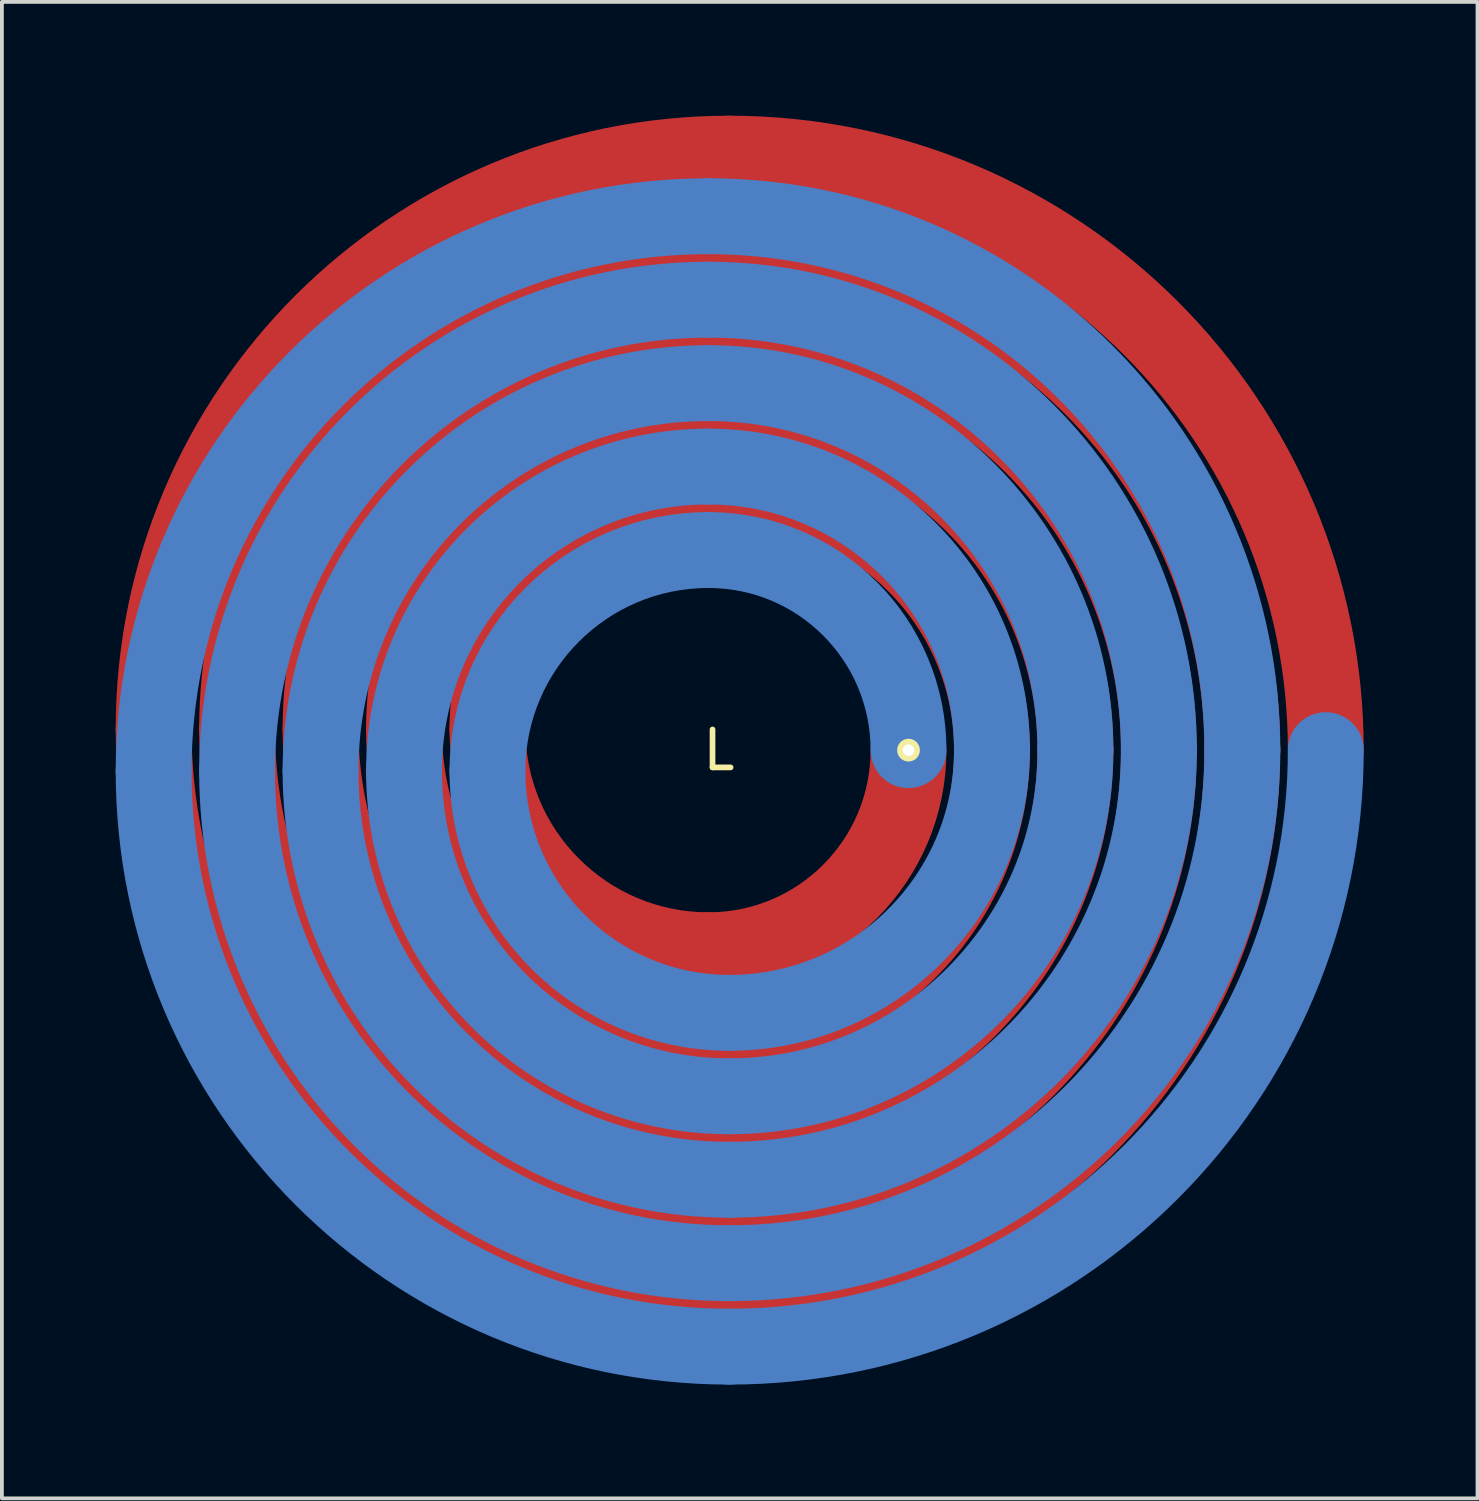
<source format=kicad_pcb>
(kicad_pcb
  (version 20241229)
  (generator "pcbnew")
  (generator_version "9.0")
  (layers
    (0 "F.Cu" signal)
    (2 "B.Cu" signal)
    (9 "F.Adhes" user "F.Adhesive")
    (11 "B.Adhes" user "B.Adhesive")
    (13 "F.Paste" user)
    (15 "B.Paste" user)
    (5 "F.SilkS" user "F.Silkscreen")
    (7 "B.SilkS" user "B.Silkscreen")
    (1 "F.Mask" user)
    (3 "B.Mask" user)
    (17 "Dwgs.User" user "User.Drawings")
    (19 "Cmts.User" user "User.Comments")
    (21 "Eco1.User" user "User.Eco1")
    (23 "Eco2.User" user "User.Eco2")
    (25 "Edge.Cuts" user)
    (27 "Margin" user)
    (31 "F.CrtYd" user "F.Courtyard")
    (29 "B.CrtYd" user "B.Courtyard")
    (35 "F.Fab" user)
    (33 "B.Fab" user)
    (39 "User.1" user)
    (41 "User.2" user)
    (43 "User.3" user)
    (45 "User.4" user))
  (footprint "L"
    (layer "F.Cu")
    (at 15.9 16.725)
    (property "Reference" "L" (at 0 0 0) (layer "F.SilkS") (effects (font (size 1 1) (thickness 0.15))))
    (attr smd)
    (fp_arc (start -14.9 -0.55) (mid -10.455345 -11.280345) (end 0.275 -15.725) (stroke (width 2) (type solid)) (layer "F.Cu"))
    (fp_arc (start -12.7 -0.55) (mid -8.89971 -9.72471) (end 0.275 -13.525) (stroke (width 2) (type solid)) (layer "F.Cu"))
    (fp_arc (start -10.5 -0.55) (mid -7.344076 -8.169076) (end 0.275 -11.325) (stroke (width 2) (type solid)) (layer "F.Cu"))
    (fp_arc (start -8.3 -0.55) (mid -5.788441 -6.613441) (end 0.275 -9.125) (stroke (width 2) (type solid)) (layer "F.Cu"))
    (fp_arc (start -6.1 -0.55) (mid -4.232806 -5.057806) (end 0.275 -6.925) (stroke (width 2) (type solid)) (layer "F.Cu"))
    (fp_arc (start -0.275 5.275) (mid -4.393897 3.568897) (end -6.1 -0.55) (stroke (width 2) (type solid)) (layer "F.Cu"))
    (fp_arc (start -0.275 7.475) (mid -5.949532 5.124532) (end -8.3 -0.55) (stroke (width 2) (type solid)) (layer "F.Cu"))
    (fp_arc (start -0.275 9.675) (mid -7.505167 6.680167) (end -10.5 -0.55) (stroke (width 2) (type solid)) (layer "F.Cu"))
    (fp_arc (start -0.275 11.875) (mid -9.060802 8.235802) (end -12.7 -0.55) (stroke (width 2) (type solid)) (layer "F.Cu"))
    (fp_arc (start -0.275 14.075) (mid -10.616437 9.791437) (end -14.9 -0.55) (stroke (width 2) (type solid)) (layer "F.Cu"))
    (fp_arc (start 0.275 -15.725) (mid 11.394254 -11.119254) (end 16 0) (stroke (width 2) (type solid)) (layer "F.Cu"))
    (fp_arc (start 0.275 -13.525) (mid 9.838619 -9.563619) (end 13.8 0) (stroke (width 2) (type solid)) (layer "F.Cu"))
    (fp_arc (start 0.275 -11.325) (mid 8.282984 -8.007984) (end 11.6 0) (stroke (width 2) (type solid)) (layer "F.Cu"))
    (fp_arc (start 0.275 -9.125) (mid 6.727349 -6.452349) (end 9.4 0) (stroke (width 2) (type solid)) (layer "F.Cu"))
    (fp_arc (start 0.275 -6.925) (mid 5.171714 -4.896714) (end 7.2 0) (stroke (width 2) (type solid)) (layer "F.Cu"))
    (fp_arc (start 5 0) (mid 3.454988 3.729988) (end -0.275 5.275) (stroke (width 2) (type solid)) (layer "F.Cu"))
    (fp_arc (start 7.2 0) (mid 5.010623 5.285623) (end -0.275 7.475) (stroke (width 2) (type solid)) (layer "F.Cu"))
    (fp_arc (start 9.4 0) (mid 6.566258 6.841258) (end -0.275 9.675) (stroke (width 2) (type solid)) (layer "F.Cu"))
    (fp_arc (start 11.6 0) (mid 8.121893 8.396893) (end -0.275 11.875) (stroke (width 2) (type solid)) (layer "F.Cu"))
    (fp_arc (start 13.8 0) (mid 9.677528 9.952528) (end -0.275 14.075) (stroke (width 2) (type solid)) (layer "F.Cu"))
    (fp_arc (start -14.9 0.55) (mid -10.616437 -9.791437) (end -0.275 -14.075) (stroke (width 2) (type solid)) (layer "B.Cu"))
    (fp_arc (start -12.7 0.55) (mid -9.060802 -8.235802) (end -0.275 -11.875) (stroke (width 2) (type solid)) (layer "B.Cu"))
    (fp_arc (start -10.5 0.55) (mid -7.505167 -6.680167) (end -0.275 -9.675) (stroke (width 2) (type solid)) (layer "B.Cu"))
    (fp_arc (start -8.3 0.55) (mid -5.949532 -5.124532) (end -0.275 -7.475) (stroke (width 2) (type solid)) (layer "B.Cu"))
    (fp_arc (start -6.1 0.55) (mid -4.393897 -3.568897) (end -0.275 -5.275) (stroke (width 2) (type solid)) (layer "B.Cu"))
    (fp_arc (start -0.275 -14.075) (mid 9.677528 -9.952528) (end 13.8 0) (stroke (width 2) (type solid)) (layer "B.Cu"))
    (fp_arc (start -0.275 -11.875) (mid 8.121893 -8.396893) (end 11.6 0) (stroke (width 2) (type solid)) (layer "B.Cu"))
    (fp_arc (start -0.275 -9.675) (mid 6.566258 -6.841258) (end 9.4 0) (stroke (width 2) (type solid)) (layer "B.Cu"))
    (fp_arc (start -0.275 -7.475) (mid 5.010623 -5.285623) (end 7.2 0) (stroke (width 2) (type solid)) (layer "B.Cu"))
    (fp_arc (start -0.275 -5.275) (mid 3.454988 -3.729988) (end 5 0) (stroke (width 2) (type solid)) (layer "B.Cu"))
    (fp_arc (start 0.275 6.925) (mid -4.232806 5.057806) (end -6.1 0.55) (stroke (width 2) (type solid)) (layer "B.Cu"))
    (fp_arc (start 0.275 9.125) (mid -5.788441 6.613441) (end -8.3 0.55) (stroke (width 2) (type solid)) (layer "B.Cu"))
    (fp_arc (start 0.275 11.325) (mid -7.344076 8.169076) (end -10.5 0.55) (stroke (width 2) (type solid)) (layer "B.Cu"))
    (fp_arc (start 0.275 13.525) (mid -8.89971 9.72471) (end -12.7 0.55) (stroke (width 2) (type solid)) (layer "B.Cu"))
    (fp_arc (start 0.275 15.725) (mid -10.455345 11.280345) (end -14.9 0.55) (stroke (width 2) (type solid)) (layer "B.Cu"))
    (fp_arc (start 7.2 0) (mid 5.171714 4.896714) (end 0.275 6.925) (stroke (width 2) (type solid)) (layer "B.Cu"))
    (fp_arc (start 9.4 0) (mid 6.727349 6.452349) (end 0.275 9.125) (stroke (width 2) (type solid)) (layer "B.Cu"))
    (fp_arc (start 11.6 0) (mid 8.282984 8.007984) (end 0.275 11.325) (stroke (width 2) (type solid)) (layer "B.Cu"))
    (fp_arc (start 13.8 0) (mid 9.838619 9.563619) (end 0.275 13.525) (stroke (width 2) (type solid)) (layer "B.Cu"))
    (fp_arc (start 16 0) (mid 11.394254 11.119254) (end 0.275 15.725) (stroke (width 2) (type solid)) (layer "B.Cu"))
    (pad "1" smd rect (at 16 0) (size 1 1) (layers "F.Cu" "F.Mask" "F.Paste"))
    (pad "2" smd rect (at 16 0) (size 1 1) (layers "B.Cu" "B.Mask" "B.Paste"))
    (pad "lc" thru_hole circle (at 5 0) (size 0.6 0.6) (drill 0.3) (layers "*.Cu" "*.Mask" "F.SilkS")))
  (gr_rect
    (start -3 -3)
    (end 35.9 36.45)
    (stroke (width 0.1) (type default))
    (fill no)
    (layer "Edge.Cuts")))
</source>
